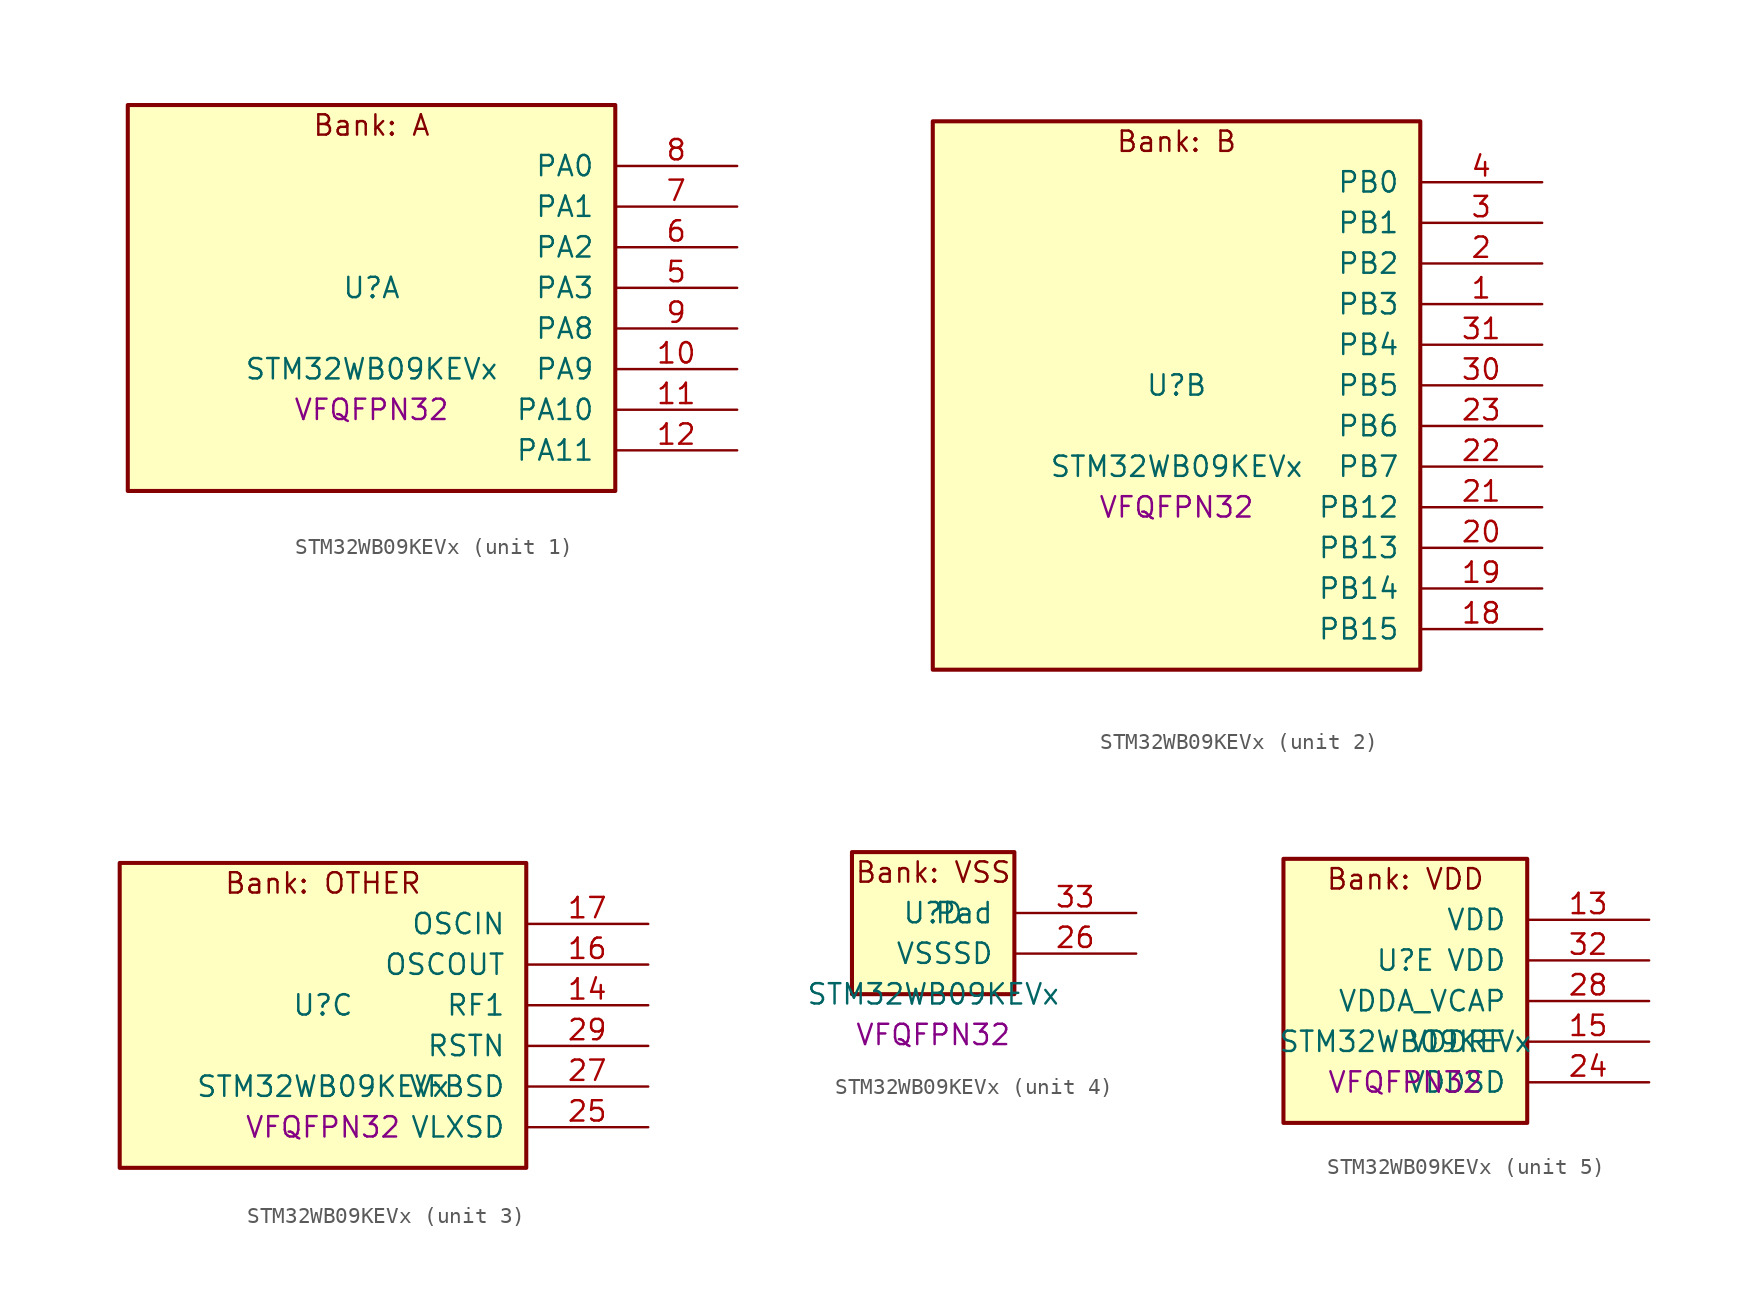
<source format=kicad_sym>
(kicad_symbol_lib
  (version 20241209)
  (generator "stm32_pkl_generator")
  (generator_version "1.0")
  (symbol "STM32WB09KEVx"
    (pin_names
      (offset 1.27))
    (property "Reference" "U"
      (at 0 2.54 0))
    (property "Value" "STM32WB09KEVx"
      (at 0 -2.54 0))
    (property "Footprint" "VFQFPN32"
      (at 0 -5.08 0))
    (symbol "STM32WB09KEVx_1_1"
      (rectangle (start -15.24 13.97) (end 15.24 -10.16) (stroke (width 0.254) (type solid)) (fill (type background)))
      (text "Bank: A" (at 0 12.7 0))
      (pin bidirectional line (at 22.86 10.16 180) (length 7.62) (name "PA0") (number "8") (alternate "PA0/I2C1_SCL" bidirectional line) (alternate "PA0/IR_OUT" bidirectional line) (alternate "PA0/PWR_WKUP12" bidirectional line) (alternate "PA0/TIM2_CH3" bidirectional line) (alternate "PA0/USART1_CTS" bidirectional line))
      (pin bidirectional line (at 22.86 7.62 180) (length 7.62) (name "PA1") (number "7") (alternate "PA1/I2C1_SDA" bidirectional line) (alternate "PA1/IR_OUT" bidirectional line) (alternate "PA1/PWR_WKUP13" bidirectional line) (alternate "PA1/TIM2_CH4" bidirectional line) (alternate "PA1/USART1_TX" bidirectional line))
      (pin bidirectional line (at 22.86 5.08 180) (length 7.62) (name "PA2") (number "6") (alternate "PA2/ADC1_VINM2" bidirectional line) (alternate "PA2/DEBUG_SWDIO" bidirectional line) (alternate "PA2/I2S3_MCK" bidirectional line) (alternate "PA2/PWR_WKUP14" bidirectional line) (alternate "PA2/TIM16_CH1" bidirectional line) (alternate "PA2/TIM2_CH1" bidirectional line) (alternate "PA2/USART1_CK" bidirectional line))
      (pin bidirectional line (at 22.86 2.54 180) (length 7.62) (name "PA3") (number "5") (alternate "PA3/ADC1_VINP2" bidirectional line) (alternate "PA3/DEBUG_SWCLK" bidirectional line) (alternate "PA3/I2S3_SCK" bidirectional line) (alternate "PA3/PWR_WKUP15" bidirectional line) (alternate "PA3/SPI3_SCK" bidirectional line) (alternate "PA3/TIM16_CH1N" bidirectional line) (alternate "PA3/TIM2_CH2" bidirectional line) (alternate "PA3/USART1_DE" bidirectional line) (alternate "PA3/USART1_RTS" bidirectional line))
      (pin bidirectional line (at 22.86 0 180) (length 7.62) (name "PA8") (number "9") (alternate "PA8/PWR_WKUP8" bidirectional line) (alternate "PA8/RADIO_RX_SEQUENCE" bidirectional line) (alternate "PA8/RTC_OUT" bidirectional line) (alternate "PA8/SPI3_MISO" bidirectional line) (alternate "PA8/TIM16_BK" bidirectional line) (alternate "PA8/TIM2_CH3" bidirectional line) (alternate "PA8/USART1_RX" bidirectional line))
      (pin bidirectional line (at 22.86 -2.54 180) (length 7.62) (name "PA9") (number "10") (alternate "PA9/I2S3_WS" bidirectional line) (alternate "PA9/PWR_WKUP9" bidirectional line) (alternate "PA9/RTC_OUT" bidirectional line) (alternate "PA9/SPI3_NSS" bidirectional line) (alternate "PA9/TIM17_CH1" bidirectional line) (alternate "PA9/TIM2_CH4" bidirectional line) (alternate "PA9/USART1_TX" bidirectional line))
      (pin bidirectional line (at 22.86 -5.08 180) (length 7.62) (name "PA10") (number "11") (alternate "PA10/I2S3_MCK" bidirectional line) (alternate "PA10/LPUART1_CTS" bidirectional line) (alternate "PA10/PWR_WKUP10" bidirectional line) (alternate "PA10/RADIO_TX_SEQUENCE" bidirectional line) (alternate "PA10/RCC_LCO" bidirectional line) (alternate "PA10/TIM17_CH1N" bidirectional line))
      (pin bidirectional line (at 22.86 -7.62 180) (length 7.62) (name "PA11") (number "12") (alternate "PA11/I2S3_SD" bidirectional line) (alternate "PA11/PWR_WKUP11" bidirectional line) (alternate "PA11/RADIO_RX_SEQUENCE" bidirectional line) (alternate "PA11/RCC_MCO" bidirectional line) (alternate "PA11/SPI3_MOSI" bidirectional line) (alternate "PA11/TIM17_BK" bidirectional line)))
    (symbol "STM32WB09KEVx_2_1"
      (rectangle (start -15.24 19.05) (end 15.24 -15.24) (stroke (width 0.254) (type solid)) (fill (type background)))
      (text "Bank: B" (at 0 17.78 0))
      (pin bidirectional line (at 22.86 15.24 180) (length 7.62) (name "PB0") (number "4") (alternate "PB0/ADC1_VINM1" bidirectional line) (alternate "PB0/LPUART1_DE" bidirectional line) (alternate "PB0/LPUART1_RTS" bidirectional line) (alternate "PB0/PWR_WKUP0" bidirectional line) (alternate "PB0/RADIO_ANTENNA_ID_0" bidirectional line) (alternate "PB0/TIM16_CH1" bidirectional line) (alternate "PB0/USART1_RX" bidirectional line))
      (pin bidirectional line (at 22.86 12.7 180) (length 7.62) (name "PB1") (number "3") (alternate "PB1/ADC1_VINP1" bidirectional line) (alternate "PB1/PWR_WKUP1" bidirectional line) (alternate "PB1/RADIO_ANTENNA_ID_1" bidirectional line) (alternate "PB1/TIM16_CH1N" bidirectional line) (alternate "PB1/TIM2_ETR" bidirectional line) (alternate "PB1/USART1_CK" bidirectional line))
      (pin bidirectional line (at 22.86 10.16 180) (length 7.62) (name "PB2") (number "2") (alternate "PB2/ADC1_VINM0" bidirectional line) (alternate "PB2/PWR_WKUP2" bidirectional line) (alternate "PB2/RADIO_ANTENNA_ID_2" bidirectional line) (alternate "PB2/TIM16_BK" bidirectional line) (alternate "PB2/TIM2_CH3" bidirectional line) (alternate "PB2/USART1_DE" bidirectional line) (alternate "PB2/USART1_RTS" bidirectional line))
      (pin bidirectional line (at 22.86 7.62 180) (length 7.62) (name "PB3") (number "1") (alternate "PB3/ADC1_VINP0" bidirectional line) (alternate "PB3/I2S3_SCK" bidirectional line) (alternate "PB3/LPUART1_TX" bidirectional line) (alternate "PB3/PWR_WKUP3" bidirectional line) (alternate "PB3/RADIO_ANTENNA_ID_3" bidirectional line) (alternate "PB3/SPI3_SCK" bidirectional line) (alternate "PB3/TIM17_CH1" bidirectional line) (alternate "PB3/TIM2_CH4" bidirectional line) (alternate "PB3/USART1_CTS" bidirectional line))
      (pin bidirectional line (at 22.86 5.08 180) (length 7.62) (name "PB4") (number "31") (alternate "PB4/ADC1_VINM3" bidirectional line) (alternate "PB4/LPUART1_TX" bidirectional line) (alternate "PB4/PWR_WKUP4" bidirectional line) (alternate "PB4/RADIO_ANTENNA_ID_4" bidirectional line) (alternate "PB4/TIM17_CH1N" bidirectional line) (alternate "PB4/TIM2_CH1" bidirectional line))
      (pin bidirectional line (at 22.86 2.54 180) (length 7.62) (name "PB5") (number "30") (alternate "PB5/ADC1_VINP3" bidirectional line) (alternate "PB5/LPUART1_RX" bidirectional line) (alternate "PB5/PWR_WKUP5" bidirectional line) (alternate "PB5/RADIO_ANTENNA_ID_5" bidirectional line) (alternate "PB5/TIM17_BK" bidirectional line) (alternate "PB5/TIM2_CH2" bidirectional line))
      (pin bidirectional line (at 22.86 0 180) (length 7.62) (name "PB6") (number "23") (alternate "PB6/I2C1_SCL" bidirectional line) (alternate "PB6/LPUART1_TX" bidirectional line) (alternate "PB6/PWR_WKUP6" bidirectional line) (alternate "PB6/RADIO_ANTENNA_ID_6" bidirectional line) (alternate "PB6/TIM17_CH1" bidirectional line) (alternate "PB6/TIM2_CH1" bidirectional line))
      (pin bidirectional line (at 22.86 -2.54 180) (length 7.62) (name "PB7") (number "22") (alternate "PB7/I2C1_SDA" bidirectional line) (alternate "PB7/LPUART1_RX" bidirectional line) (alternate "PB7/PWR_WKUP7" bidirectional line) (alternate "PB7/RADIO_ACTIVITY" bidirectional line) (alternate "PB7/TIM2_CH2" bidirectional line) (alternate "PB7/USART1_CTS" bidirectional line))
      (pin bidirectional line (at 22.86 -5.08 180) (length 7.62) (name "PB12") (number "21") (alternate "PB12/LPUART1_CTS" bidirectional line) (alternate "PB12/PWR_WKUP16" bidirectional line) (alternate "PB12/RCC_LCO" bidirectional line) (alternate "PB12/RCC_OSC32_OUT" bidirectional line) (alternate "PB12/TIM2_CH3" bidirectional line))
      (pin bidirectional line (at 22.86 -7.62 180) (length 7.62) (name "PB13") (number "20") (alternate "PB13/PWR_WKUP17" bidirectional line) (alternate "PB13/RCC_OSC32_IN" bidirectional line) (alternate "PB13/TIM2_CH4" bidirectional line))
      (pin bidirectional line (at 22.86 -10.16 180) (length 7.62) (name "PB14") (number "19") (alternate "PB14/I2C1_SDA" bidirectional line) (alternate "PB14/PWR_PVD_IN" bidirectional line) (alternate "PB14/PWR_WKUP18" bidirectional line) (alternate "PB14/RADIO_TX_SEQUENCE" bidirectional line) (alternate "PB14/RCC_MCO" bidirectional line) (alternate "PB14/TIM2_ETR" bidirectional line) (alternate "PB14/USART1_RX" bidirectional line))
      (pin bidirectional line (at 22.86 -12.7 180) (length 7.62) (name "PB15") (number "18") (alternate "PB15/PWR_WKUP19" bidirectional line) (alternate "PB15/USART1_TX" bidirectional line)))
    (symbol "STM32WB09KEVx_3_1"
      (rectangle (start -12.7 11.43) (end 12.7 -7.62) (stroke (width 0.254) (type solid)) (fill (type background)))
      (text "Bank: OTHER" (at 0 10.16 0))
      (pin bidirectional line (at 20.32 7.62 180) (length 7.62) (name "OSCIN") (number "17") (alternate "OSCIN/RCC_OSC_IN" bidirectional line))
      (pin bidirectional line (at 20.32 5.08 180) (length 7.62) (name "OSCOUT") (number "16") (alternate "OSCOUT/RCC_OSC_OUT" bidirectional line))
      (pin bidirectional line (at 20.32 2.54 180) (length 7.62) (name "RF1") (number "14") (alternate "RF1/RADIO_RF1" bidirectional line))
      (pin power_in line (at 20.32 0 180) (length 7.62) (name "RSTN") (number "29"))
      (pin power_in line (at 20.32 -2.54 180) (length 7.62) (name "VFBSD") (number "27"))
      (pin power_in line (at 20.32 -5.08 180) (length 7.62) (name "VLXSD") (number "25")))
    (symbol "STM32WB09KEVx_4_1"
      (rectangle (start -5.08 6.35) (end 5.08 -2.54) (stroke (width 0.254) (type solid)) (fill (type background)))
      (text "Bank: VSS" (at 0 5.08 0))
      (pin passive line (at 12.7 2.54 180) (length 7.62) (name "Pad") (number "33"))
      (pin power_in line (at 12.7 0 180) (length 7.62) (name "VSSSD") (number "26")))
    (symbol "STM32WB09KEVx_5_1"
      (rectangle (start -7.62 8.89) (end 7.62 -7.62) (stroke (width 0.254) (type solid)) (fill (type background)))
      (text "Bank: VDD" (at 0 7.62 0))
      (pin power_in line (at 15.24 5.08 180) (length 7.62) (name "VDD") (number "13"))
      (pin power_in line (at 15.24 2.54 180) (length 7.62) (name "VDD") (number "32"))
      (pin power_in line (at 15.24 0 180) (length 7.62) (name "VDDA_VCAP") (number "28"))
      (pin power_in line (at 15.24 -2.54 180) (length 7.62) (name "VDDRF") (number "15"))
      (pin power_in line (at 15.24 -5.08 180) (length 7.62) (name "VDDSD") (number "24")))))
</source>
